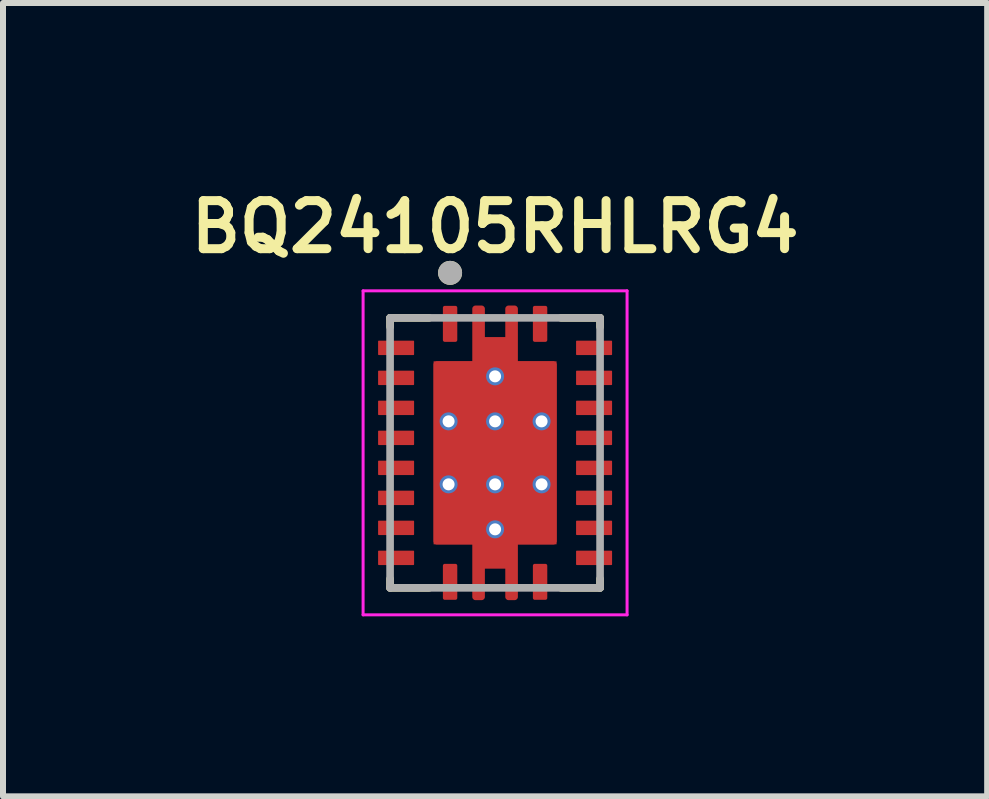
<source format=kicad_pcb>
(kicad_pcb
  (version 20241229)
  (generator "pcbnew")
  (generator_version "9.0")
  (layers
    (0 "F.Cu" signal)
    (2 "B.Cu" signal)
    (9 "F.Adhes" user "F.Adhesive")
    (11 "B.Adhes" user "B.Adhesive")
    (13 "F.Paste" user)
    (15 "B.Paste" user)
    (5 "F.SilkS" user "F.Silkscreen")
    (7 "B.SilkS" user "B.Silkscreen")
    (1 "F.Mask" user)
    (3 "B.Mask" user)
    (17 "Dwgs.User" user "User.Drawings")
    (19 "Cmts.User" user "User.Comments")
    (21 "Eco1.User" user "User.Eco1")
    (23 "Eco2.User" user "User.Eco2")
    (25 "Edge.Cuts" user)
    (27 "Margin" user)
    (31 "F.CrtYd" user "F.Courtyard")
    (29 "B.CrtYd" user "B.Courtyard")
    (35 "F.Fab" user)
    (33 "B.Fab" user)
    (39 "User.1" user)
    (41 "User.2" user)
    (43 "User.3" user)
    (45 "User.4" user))
  (footprint "BQ24105RHLRG4"
    (layer "F.Cu")
    (at 5.202 4.498)
    (property "Reference" "BQ24105RHLRG4" (at 0 -3.766 0) (layer "F.SilkS") (effects (font (size 0.801 0.801) (thickness 0.15))))
    (attr smd)
    (fp_poly (pts (xy -0.477 -1.627) (xy -0.477 -2.4) (xy -0.477 -2.408) (xy -0.476 -2.416) (xy -0.475 -2.424) (xy -0.474 -2.432) (xy -0.472 -2.439) (xy -0.47 -2.447) (xy -0.467 -2.454) (xy -0.464 -2.462) (xy -0.46 -2.469) (xy -0.457 -2.476) (xy -0.452 -2.483) (xy -0.448 -2.489) (xy -0.443 -2.496) (xy -0.438 -2.502) (xy -0.432 -2.507) (xy -0.427 -2.513) (xy -0.421 -2.518) (xy -0.414 -2.523) (xy -0.408 -2.527) (xy -0.401 -2.532) (xy -0.394 -2.535) (xy -0.387 -2.539) (xy -0.379 -2.542) (xy -0.372 -2.545) (xy -0.364 -2.547) (xy -0.357 -2.549) (xy -0.349 -2.55) (xy -0.341 -2.551) (xy -0.333 -2.552) (xy -0.325 -2.552) (xy -0.225 -2.552) (xy -0.217 -2.552) (xy -0.209 -2.551) (xy -0.201 -2.55) (xy -0.193 -2.549) (xy -0.186 -2.547) (xy -0.178 -2.545) (xy -0.171 -2.542) (xy -0.163 -2.539) (xy -0.156 -2.535) (xy -0.149 -2.532) (xy -0.142 -2.527) (xy -0.136 -2.523) (xy -0.129 -2.518) (xy -0.123 -2.513) (xy -0.118 -2.507) (xy -0.112 -2.502) (xy -0.107 -2.496) (xy -0.102 -2.489) (xy -0.098 -2.483) (xy -0.093 -2.476) (xy -0.09 -2.469) (xy -0.086 -2.462) (xy -0.083 -2.454) (xy -0.08 -2.447) (xy -0.078 -2.439) (xy -0.076 -2.432) (xy -0.075 -2.424) (xy -0.074 -2.416) (xy -0.073 -2.408) (xy -0.073 -2.4) (xy -0.073 -2.027) (xy 0.072 -2.027) (xy 0.073 -2.027) (xy 0.073 -2.402) (xy 0.073 -2.41) (xy 0.074 -2.418) (xy 0.075 -2.425) (xy 0.076 -2.433) (xy 0.078 -2.441) (xy 0.08 -2.448) (xy 0.083 -2.456) (xy 0.086 -2.463) (xy 0.089 -2.47) (xy 0.093 -2.477) (xy 0.097 -2.484) (xy 0.102 -2.49) (xy 0.106 -2.496) (xy 0.112 -2.502) (xy 0.117 -2.508) (xy 0.123 -2.513) (xy 0.129 -2.519) (xy 0.135 -2.523) (xy 0.141 -2.528) (xy 0.148 -2.532) (xy 0.155 -2.536) (xy 0.162 -2.539) (xy 0.169 -2.542) (xy 0.177 -2.545) (xy 0.184 -2.547) (xy 0.192 -2.549) (xy 0.2 -2.55) (xy 0.207 -2.551) (xy 0.215 -2.552) (xy 0.223 -2.552) (xy 0.326 -2.552) (xy 0.334 -2.552) (xy 0.342 -2.551) (xy 0.35 -2.55) (xy 0.357 -2.549) (xy 0.365 -2.547) (xy 0.373 -2.545) (xy 0.38 -2.542) (xy 0.387 -2.539) (xy 0.395 -2.536) (xy 0.401 -2.532) (xy 0.408 -2.528) (xy 0.415 -2.523) (xy 0.421 -2.518) (xy 0.427 -2.513) (xy 0.433 -2.508) (xy 0.438 -2.502) (xy 0.443 -2.496) (xy 0.448 -2.49) (xy 0.453 -2.483) (xy 0.457 -2.476) (xy 0.461 -2.47) (xy 0.464 -2.462) (xy 0.467 -2.455) (xy 0.47 -2.448) (xy 0.472 -2.44) (xy 0.474 -2.432) (xy 0.475 -2.425) (xy 0.476 -2.417) (xy 0.477 -2.409) (xy 0.477 -2.401) (xy 0.477 -1.627) (xy 0.975 -1.627) (xy 0.983 -1.627) (xy 0.991 -1.626) (xy 0.999 -1.625) (xy 1.007 -1.624) (xy 1.014 -1.622) (xy 1.022 -1.62) (xy 1.029 -1.617) (xy 1.037 -1.614) (xy 1.044 -1.61) (xy 1.051 -1.607) (xy 1.058 -1.602) (xy 1.064 -1.598) (xy 1.071 -1.593) (xy 1.077 -1.588) (xy 1.082 -1.582) (xy 1.088 -1.577) (xy 1.093 -1.571) (xy 1.098 -1.564) (xy 1.102 -1.558) (xy 1.107 -1.551) (xy 1.11 -1.544) (xy 1.114 -1.537) (xy 1.117 -1.529) (xy 1.12 -1.522) (xy 1.122 -1.514) (xy 1.124 -1.507) (xy 1.125 -1.499) (xy 1.126 -1.491) (xy 1.127 -1.483) (xy 1.127 -1.475) (xy 1.127 1.476) (xy 1.127 1.484) (xy 1.126 1.492) (xy 1.125 1.499) (xy 1.124 1.507) (xy 1.122 1.515) (xy 1.12 1.522) (xy 1.117 1.53) (xy 1.114 1.537) (xy 1.111 1.544) (xy 1.107 1.551) (xy 1.103 1.558) (xy 1.098 1.564) (xy 1.094 1.57) (xy 1.088 1.576) (xy 1.083 1.582) (xy 1.077 1.587) (xy 1.071 1.593) (xy 1.065 1.597) (xy 1.059 1.602) (xy 1.052 1.606) (xy 1.045 1.61) (xy 1.038 1.613) (xy 1.031 1.616) (xy 1.023 1.619) (xy 1.016 1.621) (xy 1.008 1.623) (xy 1 1.624) (xy 0.993 1.625) (xy 0.985 1.626) (xy 0.977 1.626) (xy 0.478 1.626) (xy 0.477 1.626) (xy 0.477 1.627) (xy 0.477 2.401) (xy 0.477 2.409) (xy 0.476 2.417) (xy 0.475 2.424) (xy 0.474 2.432) (xy 0.472 2.44) (xy 0.47 2.447) (xy 0.467 2.455) (xy 0.464 2.462) (xy 0.461 2.469) (xy 0.457 2.476) (xy 0.453 2.483) (xy 0.448 2.489) (xy 0.444 2.495) (xy 0.438 2.501) (xy 0.433 2.507) (xy 0.427 2.512) (xy 0.421 2.518) (xy 0.415 2.522) (xy 0.409 2.527) (xy 0.402 2.531) (xy 0.395 2.535) (xy 0.388 2.538) (xy 0.381 2.541) (xy 0.373 2.544) (xy 0.366 2.546) (xy 0.358 2.548) (xy 0.35 2.549) (xy 0.343 2.55) (xy 0.335 2.551) (xy 0.327 2.551) (xy 0.222 2.551) (xy 0.214 2.551) (xy 0.206 2.55) (xy 0.199 2.549) (xy 0.191 2.548) (xy 0.183 2.546) (xy 0.176 2.544) (xy 0.169 2.541) (xy 0.161 2.538) (xy 0.154 2.535) (xy 0.147 2.531) (xy 0.141 2.527) (xy 0.134 2.523) (xy 0.128 2.518) (xy 0.122 2.513) (xy 0.117 2.507) (xy 0.111 2.502) (xy 0.106 2.496) (xy 0.101 2.49) (xy 0.097 2.483) (xy 0.093 2.477) (xy 0.089 2.47) (xy 0.086 2.463) (xy 0.083 2.455) (xy 0.08 2.448) (xy 0.078 2.441) (xy 0.076 2.433) (xy 0.075 2.425) (xy 0.074 2.418) (xy 0.073 2.41) (xy 0.073 2.402) (xy 0.073 2.027) (xy -0.072 2.027) (xy -0.073 2.027) (xy -0.073 2.028) (xy -0.073 2.401) (xy -0.073 2.409) (xy -0.074 2.417) (xy -0.075 2.424) (xy -0.076 2.432) (xy -0.078 2.44) (xy -0.08 2.447) (xy -0.083 2.455) (xy -0.086 2.462) (xy -0.089 2.469) (xy -0.093 2.476) (xy -0.097 2.483) (xy -0.102 2.489) (xy -0.106 2.495) (xy -0.112 2.501) (xy -0.117 2.507) (xy -0.123 2.512) (xy -0.129 2.518) (xy -0.135 2.522) (xy -0.141 2.527) (xy -0.148 2.531) (xy -0.155 2.535) (xy -0.162 2.538) (xy -0.169 2.541) (xy -0.177 2.544) (xy -0.184 2.546) (xy -0.192 2.548) (xy -0.2 2.549) (xy -0.207 2.55) (xy -0.215 2.551) (xy -0.223 2.551) (xy -0.329 2.551) (xy -0.337 2.551) (xy -0.344 2.55) (xy -0.352 2.549) (xy -0.36 2.548) (xy -0.367 2.546) (xy -0.375 2.544) (xy -0.382 2.541) (xy -0.389 2.538) (xy -0.396 2.535) (xy -0.403 2.531) (xy -0.41 2.527) (xy -0.416 2.523) (xy -0.422 2.518) (xy -0.428 2.513) (xy -0.434 2.508) (xy -0.439 2.502) (xy -0.444 2.496) (xy -0.449 2.49) (xy -0.453 2.484) (xy -0.457 2.477) (xy -0.461 2.47) (xy -0.464 2.463) (xy -0.467 2.456) (xy -0.47 2.449) (xy -0.472 2.441) (xy -0.474 2.434) (xy -0.475 2.426) (xy -0.476 2.418) (xy -0.477 2.411) (xy -0.477 2.403) (xy -0.477 1.627) (xy -0.975 1.627) (xy -0.983 1.627) (xy -0.991 1.626) (xy -0.999 1.625) (xy -1.007 1.624) (xy -1.014 1.622) (xy -1.022 1.62) (xy -1.029 1.617) (xy -1.037 1.614) (xy -1.044 1.61) (xy -1.051 1.607) (xy -1.058 1.602) (xy -1.064 1.598) (xy -1.071 1.593) (xy -1.077 1.588) (xy -1.082 1.582) (xy -1.088 1.577) (xy -1.093 1.571) (xy -1.098 1.564) (xy -1.102 1.558) (xy -1.107 1.551) (xy -1.11 1.544) (xy -1.114 1.537) (xy -1.117 1.529) (xy -1.12 1.522) (xy -1.122 1.514) (xy -1.124 1.507) (xy -1.125 1.499) (xy -1.126 1.491) (xy -1.127 1.483) (xy -1.127 1.475) (xy -1.127 -1.474) (xy -1.127 -1.482) (xy -1.126 -1.49) (xy -1.125 -1.498) (xy -1.124 -1.506) (xy -1.122 -1.513) (xy -1.12 -1.521) (xy -1.117 -1.528) (xy -1.114 -1.536) (xy -1.11 -1.543) (xy -1.107 -1.55) (xy -1.102 -1.557) (xy -1.098 -1.563) (xy -1.093 -1.57) (xy -1.088 -1.576) (xy -1.082 -1.581) (xy -1.077 -1.587) (xy -1.071 -1.592) (xy -1.064 -1.597) (xy -1.058 -1.601) (xy -1.051 -1.606) (xy -1.044 -1.609) (xy -1.037 -1.613) (xy -1.029 -1.616) (xy -1.022 -1.619) (xy -1.014 -1.621) (xy -1.007 -1.623) (xy -0.999 -1.624) (xy -0.991 -1.625) (xy -0.983 -1.626) (xy -0.975 -1.626) (xy -0.478 -1.626) (xy -0.477 -1.626) (xy -0.477 -1.627)) (stroke (width 0.01) (type solid)) (fill yes) (layer "F.Mask"))
    (fp_line (start -1.75 -2.25) (end -1.1 -2.25) (stroke (width 0.127) (type solid)) (layer "F.SilkS"))
    (fp_line (start -1.75 -2.1) (end -1.75 -2.25) (stroke (width 0.127) (type solid)) (layer "F.SilkS"))
    (fp_line (start -1.75 2.1) (end -1.75 2.25) (stroke (width 0.127) (type solid)) (layer "F.SilkS"))
    (fp_line (start -1.75 2.25) (end -1.1 2.25) (stroke (width 0.127) (type solid)) (layer "F.SilkS"))
    (fp_line (start 1.1 -2.25) (end 1.75 -2.25) (stroke (width 0.127) (type solid)) (layer "F.SilkS"))
    (fp_line (start 1.1 2.25) (end 1.75 2.25) (stroke (width 0.127) (type solid)) (layer "F.SilkS"))
    (fp_line (start 1.75 -2.25) (end 1.75 -2.1) (stroke (width 0.127) (type solid)) (layer "F.SilkS"))
    (fp_line (start 1.75 2.25) (end 1.75 2.1) (stroke (width 0.127) (type solid)) (layer "F.SilkS"))
    (fp_circle (center -0.75 -3) (end -0.65 -3) (stroke (width 0.2) (type solid)) (fill no) (layer "F.SilkS"))
    (fp_poly (pts (xy -1.02 -0.625) (xy -0.1 -0.625) (xy -0.1 -1.475) (xy -1.02 -1.475)) (stroke (width 0.01) (type solid)) (fill yes) (layer "F.Paste"))
    (fp_poly (pts (xy -1.02 0.425) (xy -0.1 0.425) (xy -0.1 -0.425) (xy -1.02 -0.425)) (stroke (width 0.01) (type solid)) (fill yes) (layer "F.Paste"))
    (fp_poly (pts (xy -1.02 1.475) (xy -0.1 1.475) (xy -0.1 0.625) (xy -1.02 0.625)) (stroke (width 0.01) (type solid)) (fill yes) (layer "F.Paste"))
    (fp_poly (pts (xy 0.1 -0.625) (xy 1.02 -0.625) (xy 1.02 -1.475) (xy 0.1 -1.475)) (stroke (width 0.01) (type solid)) (fill yes) (layer "F.Paste"))
    (fp_poly (pts (xy 0.1 0.425) (xy 1.02 0.425) (xy 1.02 -0.425) (xy 0.1 -0.425)) (stroke (width 0.01) (type solid)) (fill yes) (layer "F.Paste"))
    (fp_poly (pts (xy 0.1 1.475) (xy 1.02 1.475) (xy 1.02 0.625) (xy 0.1 0.625)) (stroke (width 0.01) (type solid)) (fill yes) (layer "F.Paste"))
    (fp_poly (pts (xy -0.375 -1.675) (xy -0.375 -2.4) (xy -0.375 -2.403) (xy -0.375 -2.405) (xy -0.374 -2.408) (xy -0.374 -2.41) (xy -0.373 -2.413) (xy -0.373 -2.415) (xy -0.372 -2.418) (xy -0.371 -2.42) (xy -0.37 -2.423) (xy -0.368 -2.425) (xy -0.367 -2.427) (xy -0.365 -2.429) (xy -0.364 -2.431) (xy -0.362 -2.433) (xy -0.36 -2.435) (xy -0.358 -2.437) (xy -0.356 -2.439) (xy -0.354 -2.44) (xy -0.352 -2.442) (xy -0.35 -2.443) (xy -0.348 -2.445) (xy -0.345 -2.446) (xy -0.343 -2.447) (xy -0.34 -2.448) (xy -0.338 -2.448) (xy -0.335 -2.449) (xy -0.333 -2.449) (xy -0.33 -2.45) (xy -0.328 -2.45) (xy -0.325 -2.45) (xy -0.225 -2.45) (xy -0.222 -2.45) (xy -0.22 -2.45) (xy -0.217 -2.449) (xy -0.215 -2.449) (xy -0.212 -2.448) (xy -0.21 -2.448) (xy -0.207 -2.447) (xy -0.205 -2.446) (xy -0.202 -2.445) (xy -0.2 -2.443) (xy -0.198 -2.442) (xy -0.196 -2.44) (xy -0.194 -2.439) (xy -0.192 -2.437) (xy -0.19 -2.435) (xy -0.188 -2.433) (xy -0.186 -2.431) (xy -0.185 -2.429) (xy -0.183 -2.427) (xy -0.182 -2.425) (xy -0.18 -2.423) (xy -0.179 -2.42) (xy -0.178 -2.418) (xy -0.177 -2.415) (xy -0.177 -2.413) (xy -0.176 -2.41) (xy -0.176 -2.408) (xy -0.175 -2.405) (xy -0.175 -2.403) (xy -0.175 -2.4) (xy -0.175 -1.925) (xy 0.175 -1.925) (xy 0.175 -2.4) (xy 0.175 -2.403) (xy 0.175 -2.405) (xy 0.176 -2.408) (xy 0.176 -2.41) (xy 0.177 -2.413) (xy 0.177 -2.415) (xy 0.178 -2.418) (xy 0.179 -2.42) (xy 0.18 -2.423) (xy 0.182 -2.425) (xy 0.183 -2.427) (xy 0.185 -2.429) (xy 0.186 -2.431) (xy 0.188 -2.433) (xy 0.19 -2.435) (xy 0.192 -2.437) (xy 0.194 -2.439) (xy 0.196 -2.44) (xy 0.198 -2.442) (xy 0.2 -2.443) (xy 0.202 -2.445) (xy 0.205 -2.446) (xy 0.207 -2.447) (xy 0.21 -2.448) (xy 0.212 -2.448) (xy 0.215 -2.449) (xy 0.217 -2.449) (xy 0.22 -2.45) (xy 0.222 -2.45) (xy 0.225 -2.45) (xy 0.325 -2.45) (xy 0.328 -2.45) (xy 0.33 -2.45) (xy 0.333 -2.449) (xy 0.335 -2.449) (xy 0.338 -2.448) (xy 0.34 -2.448) (xy 0.343 -2.447) (xy 0.345 -2.446) (xy 0.348 -2.445) (xy 0.35 -2.443) (xy 0.352 -2.442) (xy 0.354 -2.44) (xy 0.356 -2.439) (xy 0.358 -2.437) (xy 0.36 -2.435) (xy 0.362 -2.433) (xy 0.364 -2.431) (xy 0.365 -2.429) (xy 0.367 -2.427) (xy 0.368 -2.425) (xy 0.37 -2.423) (xy 0.371 -2.42) (xy 0.372 -2.418) (xy 0.373 -2.415) (xy 0.373 -2.413) (xy 0.374 -2.41) (xy 0.374 -2.408) (xy 0.375 -2.405) (xy 0.375 -2.403) (xy 0.375 -2.4) (xy 0.375 -1.675) (xy -0.375 -1.675)) (stroke (width 0.01) (type solid)) (fill yes) (layer "F.Paste"))
    (fp_poly (pts (xy 0.375 1.675) (xy 0.375 2.4) (xy 0.375 2.403) (xy 0.375 2.405) (xy 0.374 2.408) (xy 0.374 2.41) (xy 0.373 2.413) (xy 0.373 2.415) (xy 0.372 2.418) (xy 0.371 2.42) (xy 0.37 2.423) (xy 0.368 2.425) (xy 0.367 2.427) (xy 0.365 2.429) (xy 0.364 2.431) (xy 0.362 2.433) (xy 0.36 2.435) (xy 0.358 2.437) (xy 0.356 2.439) (xy 0.354 2.44) (xy 0.352 2.442) (xy 0.35 2.443) (xy 0.348 2.445) (xy 0.345 2.446) (xy 0.343 2.447) (xy 0.34 2.448) (xy 0.338 2.448) (xy 0.335 2.449) (xy 0.333 2.449) (xy 0.33 2.45) (xy 0.328 2.45) (xy 0.325 2.45) (xy 0.225 2.45) (xy 0.222 2.45) (xy 0.22 2.45) (xy 0.217 2.449) (xy 0.215 2.449) (xy 0.212 2.448) (xy 0.21 2.448) (xy 0.207 2.447) (xy 0.205 2.446) (xy 0.202 2.445) (xy 0.2 2.443) (xy 0.198 2.442) (xy 0.196 2.44) (xy 0.194 2.439) (xy 0.192 2.437) (xy 0.19 2.435) (xy 0.188 2.433) (xy 0.186 2.431) (xy 0.185 2.429) (xy 0.183 2.427) (xy 0.182 2.425) (xy 0.18 2.423) (xy 0.179 2.42) (xy 0.178 2.418) (xy 0.177 2.415) (xy 0.177 2.413) (xy 0.176 2.41) (xy 0.176 2.408) (xy 0.175 2.405) (xy 0.175 2.403) (xy 0.175 2.4) (xy 0.175 1.925) (xy -0.175 1.925) (xy -0.175 2.4) (xy -0.175 2.403) (xy -0.175 2.405) (xy -0.176 2.408) (xy -0.176 2.41) (xy -0.177 2.413) (xy -0.177 2.415) (xy -0.178 2.418) (xy -0.179 2.42) (xy -0.18 2.423) (xy -0.182 2.425) (xy -0.183 2.427) (xy -0.185 2.429) (xy -0.186 2.431) (xy -0.188 2.433) (xy -0.19 2.435) (xy -0.192 2.437) (xy -0.194 2.439) (xy -0.196 2.44) (xy -0.198 2.442) (xy -0.2 2.443) (xy -0.202 2.445) (xy -0.205 2.446) (xy -0.207 2.447) (xy -0.21 2.448) (xy -0.212 2.448) (xy -0.215 2.449) (xy -0.217 2.449) (xy -0.22 2.45) (xy -0.222 2.45) (xy -0.225 2.45) (xy -0.325 2.45) (xy -0.328 2.45) (xy -0.33 2.45) (xy -0.333 2.449) (xy -0.335 2.449) (xy -0.338 2.448) (xy -0.34 2.448) (xy -0.343 2.447) (xy -0.345 2.446) (xy -0.348 2.445) (xy -0.35 2.443) (xy -0.352 2.442) (xy -0.354 2.44) (xy -0.356 2.439) (xy -0.358 2.437) (xy -0.36 2.435) (xy -0.362 2.433) (xy -0.364 2.431) (xy -0.365 2.429) (xy -0.367 2.427) (xy -0.368 2.425) (xy -0.37 2.423) (xy -0.371 2.42) (xy -0.372 2.418) (xy -0.373 2.415) (xy -0.373 2.413) (xy -0.374 2.41) (xy -0.374 2.408) (xy -0.375 2.405) (xy -0.375 2.403) (xy -0.375 2.4) (xy -0.375 1.675) (xy 0.375 1.675)) (stroke (width 0.01) (type solid)) (fill yes) (layer "F.Paste"))
    (fp_line (start -2.2 -2.7) (end -2.2 2.7) (stroke (width 0.05) (type solid)) (layer "F.CrtYd"))
    (fp_line (start -2.2 2.7) (end 2.2 2.7) (stroke (width 0.05) (type solid)) (layer "F.CrtYd"))
    (fp_line (start 2.2 -2.7) (end -2.2 -2.7) (stroke (width 0.05) (type solid)) (layer "F.CrtYd"))
    (fp_line (start 2.2 2.7) (end 2.2 -2.7) (stroke (width 0.05) (type solid)) (layer "F.CrtYd"))
    (fp_line (start -1.75 -2.25) (end 1.75 -2.25) (stroke (width 0.127) (type solid)) (layer "F.Fab"))
    (fp_line (start -1.75 2.25) (end -1.75 -2.25) (stroke (width 0.127) (type solid)) (layer "F.Fab"))
    (fp_line (start 1.75 -2.25) (end 1.75 2.25) (stroke (width 0.127) (type solid)) (layer "F.Fab"))
    (fp_line (start 1.75 2.25) (end -1.75 2.25) (stroke (width 0.127) (type solid)) (layer "F.Fab"))
    (fp_circle (center -0.75 -3) (end -0.65 -3) (stroke (width 0.2) (type solid)) (fill no) (layer "F.Fab"))
    (pad "1" smd roundrect (at -0.75 -2.15) (size 0.24 0.6) (layers "F.Cu" "F.Mask" "F.Paste") (roundrect_rratio 0.13))
    (pad "2" smd roundrect (at -1.65 -1.75) (size 0.6 0.24) (layers "F.Cu" "F.Mask" "F.Paste") (roundrect_rratio 0.05))
    (pad "3" smd roundrect (at -1.65 -1.25) (size 0.6 0.24) (layers "F.Cu" "F.Mask" "F.Paste") (roundrect_rratio 0.05))
    (pad "4" smd roundrect (at -1.65 -0.75) (size 0.6 0.24) (layers "F.Cu" "F.Mask" "F.Paste") (roundrect_rratio 0.05))
    (pad "5" smd roundrect (at -1.65 -0.25) (size 0.6 0.24) (layers "F.Cu" "F.Mask" "F.Paste") (roundrect_rratio 0.05))
    (pad "6" smd roundrect (at -1.65 0.25) (size 0.6 0.24) (layers "F.Cu" "F.Mask" "F.Paste") (roundrect_rratio 0.05))
    (pad "7" smd roundrect (at -1.65 0.75) (size 0.6 0.24) (layers "F.Cu" "F.Mask" "F.Paste") (roundrect_rratio 0.05))
    (pad "8" smd roundrect (at -1.65 1.25) (size 0.6 0.24) (layers "F.Cu" "F.Mask" "F.Paste") (roundrect_rratio 0.05))
    (pad "9" smd roundrect (at -1.65 1.75) (size 0.6 0.24) (layers "F.Cu" "F.Mask" "F.Paste") (roundrect_rratio 0.05))
    (pad "10" smd roundrect (at -0.75 2.15) (size 0.24 0.6) (layers "F.Cu" "F.Mask" "F.Paste") (roundrect_rratio 0.13))
    (pad "11" smd roundrect (at 0.75 2.15) (size 0.24 0.6) (layers "F.Cu" "F.Mask" "F.Paste") (roundrect_rratio 0.13))
    (pad "12" smd roundrect (at 1.65 1.75) (size 0.6 0.24) (layers "F.Cu" "F.Mask" "F.Paste") (roundrect_rratio 0.05))
    (pad "13" smd roundrect (at 1.65 1.25) (size 0.6 0.24) (layers "F.Cu" "F.Mask" "F.Paste") (roundrect_rratio 0.05))
    (pad "14" smd roundrect (at 1.65 0.75) (size 0.6 0.24) (layers "F.Cu" "F.Mask" "F.Paste") (roundrect_rratio 0.05))
    (pad "15" smd roundrect (at 1.65 0.25) (size 0.6 0.24) (layers "F.Cu" "F.Mask" "F.Paste") (roundrect_rratio 0.05))
    (pad "16" smd roundrect (at 1.65 -0.25) (size 0.6 0.24) (layers "F.Cu" "F.Mask" "F.Paste") (roundrect_rratio 0.05))
    (pad "17" smd roundrect (at 1.65 -0.75) (size 0.6 0.24) (layers "F.Cu" "F.Mask" "F.Paste") (roundrect_rratio 0.05))
    (pad "18" smd roundrect (at 1.65 -1.25) (size 0.6 0.24) (layers "F.Cu" "F.Mask" "F.Paste") (roundrect_rratio 0.05))
    (pad "19" smd roundrect (at 1.65 -1.75) (size 0.6 0.24) (layers "F.Cu" "F.Mask" "F.Paste") (roundrect_rratio 0.05))
    (pad "20" smd roundrect (at 0.75 -2.15) (size 0.24 0.6) (layers "F.Cu" "F.Mask" "F.Paste") (roundrect_rratio 0.13))
    (pad "21" thru_hole circle (at -0.775 -0.525) (size 0.3 0.3) (drill 0.2) (layers "*.Cu" "*.Mask"))
    (pad "21" thru_hole circle (at -0.775 0.525) (size 0.3 0.3) (drill 0.2) (layers "*.Cu" "*.Mask"))
    (pad "21" thru_hole circle (at 0 -1.275) (size 0.3 0.3) (drill 0.2) (layers "*.Cu" "*.Mask"))
    (pad "21" thru_hole circle (at 0 -0.525) (size 0.3 0.3) (drill 0.2) (layers "*.Cu" "*.Mask"))
    (pad "21" smd custom (at 0 0) (size 2.05 3.05) (layers "F.Cu" "F.Mask") (options (anchor rect)) (primitives (gr_poly (pts (xy -0.375 -1.525) (xy -0.375 -2.4) (xy -0.375 -2.403) (xy -0.375 -2.405) (xy -0.374 -2.408) (xy -0.374 -2.41) (xy -0.373 -2.413) (xy -0.373 -2.415) (xy -0.372 -2.418) (xy -0.371 -2.42) (xy -0.37 -2.423) (xy -0.368 -2.425) (xy -0.367 -2.427) (xy -0.365 -2.429) (xy -0.364 -2.431) (xy -0.362 -2.433) (xy -0.36 -2.435) (xy -0.358 -2.437) (xy -0.356 -2.439) (xy -0.354 -2.44) (xy -0.352 -2.442) (xy -0.35 -2.443) (xy -0.348 -2.445) (xy -0.345 -2.446) (xy -0.343 -2.447) (xy -0.34 -2.448) (xy -0.338 -2.448) (xy -0.335 -2.449) (xy -0.333 -2.449) (xy -0.33 -2.45) (xy -0.328 -2.45) (xy -0.325 -2.45) (xy -0.225 -2.45) (xy -0.222 -2.45) (xy -0.22 -2.45) (xy -0.217 -2.449) (xy -0.215 -2.449) (xy -0.212 -2.448) (xy -0.21 -2.448) (xy -0.207 -2.447) (xy -0.205 -2.446) (xy -0.202 -2.445) (xy -0.2 -2.443) (xy -0.198 -2.442) (xy -0.196 -2.44) (xy -0.194 -2.439) (xy -0.192 -2.437) (xy -0.19 -2.435) (xy -0.188 -2.433) (xy -0.186 -2.431) (xy -0.185 -2.429) (xy -0.183 -2.427) (xy -0.182 -2.425) (xy -0.18 -2.423) (xy -0.179 -2.42) (xy -0.178 -2.418) (xy -0.177 -2.415) (xy -0.177 -2.413) (xy -0.176 -2.41) (xy -0.176 -2.408) (xy -0.175 -2.405) (xy -0.175 -2.403) (xy -0.175 -2.4) (xy -0.175 -1.925) (xy 0.175 -1.925) (xy 0.175 -2.4) (xy 0.175 -2.403) (xy 0.175 -2.405) (xy 0.176 -2.408) (xy 0.176 -2.41) (xy 0.177 -2.413) (xy 0.177 -2.415) (xy 0.178 -2.418) (xy 0.179 -2.42) (xy 0.18 -2.423) (xy 0.182 -2.425) (xy 0.183 -2.427) (xy 0.185 -2.429) (xy 0.186 -2.431) (xy 0.188 -2.433) (xy 0.19 -2.435) (xy 0.192 -2.437) (xy 0.194 -2.439) (xy 0.196 -2.44) (xy 0.198 -2.442) (xy 0.2 -2.443) (xy 0.202 -2.445) (xy 0.205 -2.446) (xy 0.207 -2.447) (xy 0.21 -2.448) (xy 0.212 -2.448) (xy 0.215 -2.449) (xy 0.217 -2.449) (xy 0.22 -2.45) (xy 0.222 -2.45) (xy 0.225 -2.45) (xy 0.325 -2.45) (xy 0.328 -2.45) (xy 0.33 -2.45) (xy 0.333 -2.449) (xy 0.335 -2.449) (xy 0.338 -2.448) (xy 0.34 -2.448) (xy 0.343 -2.447) (xy 0.345 -2.446) (xy 0.348 -2.445) (xy 0.35 -2.443) (xy 0.352 -2.442) (xy 0.354 -2.44) (xy 0.356 -2.439) (xy 0.358 -2.437) (xy 0.36 -2.435) (xy 0.362 -2.433) (xy 0.364 -2.431) (xy 0.365 -2.429) (xy 0.367 -2.427) (xy 0.368 -2.425) (xy 0.37 -2.423) (xy 0.371 -2.42) (xy 0.372 -2.418) (xy 0.373 -2.415) (xy 0.373 -2.413) (xy 0.374 -2.41) (xy 0.374 -2.408) (xy 0.375 -2.405) (xy 0.375 -2.403) (xy 0.375 -2.4) (xy 0.375 -1.525) (xy 0.975 -1.525) (xy 0.978 -1.525) (xy 0.98 -1.525) (xy 0.983 -1.524) (xy 0.985 -1.524) (xy 0.988 -1.523) (xy 0.99 -1.523) (xy 0.993 -1.522) (xy 0.995 -1.521) (xy 0.998 -1.52) (xy 1 -1.518) (xy 1.002 -1.517) (xy 1.004 -1.515) (xy 1.006 -1.514) (xy 1.008 -1.512) (xy 1.01 -1.51) (xy 1.012 -1.508) (xy 1.014 -1.506) (xy 1.015 -1.504) (xy 1.017 -1.502) (xy 1.018 -1.5) (xy 1.02 -1.498) (xy 1.021 -1.495) (xy 1.022 -1.493) (xy 1.023 -1.49) (xy 1.023 -1.488) (xy 1.024 -1.485) (xy 1.024 -1.483) (xy 1.025 -1.48) (xy 1.025 -1.478) (xy 1.025 -1.475) (xy 1.025 1.475) (xy 1.025 1.478) (xy 1.025 1.48) (xy 1.024 1.483) (xy 1.024 1.485) (xy 1.023 1.488) (xy 1.023 1.49) (xy 1.022 1.493) (xy 1.021 1.495) (xy 1.02 1.498) (xy 1.018 1.5) (xy 1.017 1.502) (xy 1.015 1.504) (xy 1.014 1.506) (xy 1.012 1.508) (xy 1.01 1.51) (xy 1.008 1.512) (xy 1.006 1.514) (xy 1.004 1.515) (xy 1.002 1.517) (xy 1 1.518) (xy 0.998 1.52) (xy 0.995 1.521) (xy 0.993 1.522) (xy 0.99 1.523) (xy 0.988 1.523) (xy 0.985 1.524) (xy 0.983 1.524) (xy 0.98 1.525) (xy 0.978 1.525) (xy 0.975 1.525) (xy 0.375 1.525) (xy 0.375 2.4) (xy 0.375 2.403) (xy 0.375 2.405) (xy 0.374 2.408) (xy 0.374 2.41) (xy 0.373 2.413) (xy 0.373 2.415) (xy 0.372 2.418) (xy 0.371 2.42) (xy 0.37 2.423) (xy 0.368 2.425) (xy 0.367 2.427) (xy 0.365 2.429) (xy 0.364 2.431) (xy 0.362 2.433) (xy 0.36 2.435) (xy 0.358 2.437) (xy 0.356 2.439) (xy 0.354 2.44) (xy 0.352 2.442) (xy 0.35 2.443) (xy 0.348 2.445) (xy 0.345 2.446) (xy 0.343 2.447) (xy 0.34 2.448) (xy 0.338 2.448) (xy 0.335 2.449) (xy 0.333 2.449) (xy 0.33 2.45) (xy 0.328 2.45) (xy 0.325 2.45) (xy 0.225 2.45) (xy 0.222 2.45) (xy 0.22 2.45) (xy 0.217 2.449) (xy 0.215 2.449) (xy 0.212 2.448) (xy 0.21 2.448) (xy 0.207 2.447) (xy 0.205 2.446) (xy 0.202 2.445) (xy 0.2 2.443) (xy 0.198 2.442) (xy 0.196 2.44) (xy 0.194 2.439) (xy 0.192 2.437) (xy 0.19 2.435) (xy 0.188 2.433) (xy 0.186 2.431) (xy 0.185 2.429) (xy 0.183 2.427) (xy 0.182 2.425) (xy 0.18 2.423) (xy 0.179 2.42) (xy 0.178 2.418) (xy 0.177 2.415) (xy 0.177 2.413) (xy 0.176 2.41) (xy 0.176 2.408) (xy 0.175 2.405) (xy 0.175 2.403) (xy 0.175 2.4) (xy 0.175 1.925) (xy -0.175 1.925) (xy -0.175 2.4) (xy -0.175 2.403) (xy -0.175 2.405) (xy -0.176 2.408) (xy -0.176 2.41) (xy -0.177 2.413) (xy -0.177 2.415) (xy -0.178 2.418) (xy -0.179 2.42) (xy -0.18 2.423) (xy -0.182 2.425) (xy -0.183 2.427) (xy -0.185 2.429) (xy -0.186 2.431) (xy -0.188 2.433) (xy -0.19 2.435) (xy -0.192 2.437) (xy -0.194 2.439) (xy -0.196 2.44) (xy -0.198 2.442) (xy -0.2 2.443) (xy -0.202 2.445) (xy -0.205 2.446) (xy -0.207 2.447) (xy -0.21 2.448) (xy -0.212 2.448) (xy -0.215 2.449) (xy -0.217 2.449) (xy -0.22 2.45) (xy -0.222 2.45) (xy -0.225 2.45) (xy -0.325 2.45) (xy -0.328 2.45) (xy -0.33 2.45) (xy -0.333 2.449) (xy -0.335 2.449) (xy -0.338 2.448) (xy -0.34 2.448) (xy -0.343 2.447) (xy -0.345 2.446) (xy -0.348 2.445) (xy -0.35 2.443) (xy -0.352 2.442) (xy -0.354 2.44) (xy -0.356 2.439) (xy -0.358 2.437) (xy -0.36 2.435) (xy -0.362 2.433) (xy -0.364 2.431) (xy -0.365 2.429) (xy -0.367 2.427) (xy -0.368 2.425) (xy -0.37 2.423) (xy -0.371 2.42) (xy -0.372 2.418) (xy -0.373 2.415) (xy -0.373 2.413) (xy -0.374 2.41) (xy -0.374 2.408) (xy -0.375 2.405) (xy -0.375 2.403) (xy -0.375 2.4) (xy -0.375 1.525) (xy -0.975 1.525) (xy -0.978 1.525) (xy -0.98 1.525) (xy -0.983 1.524) (xy -0.985 1.524) (xy -0.988 1.523) (xy -0.99 1.523) (xy -0.993 1.522) (xy -0.995 1.521) (xy -0.998 1.52) (xy -1 1.518) (xy -1.002 1.517) (xy -1.004 1.515) (xy -1.006 1.514) (xy -1.008 1.512) (xy -1.01 1.51) (xy -1.012 1.508) (xy -1.014 1.506) (xy -1.015 1.504) (xy -1.017 1.502) (xy -1.018 1.5) (xy -1.02 1.498) (xy -1.021 1.495) (xy -1.022 1.493) (xy -1.023 1.49) (xy -1.023 1.488) (xy -1.024 1.485) (xy -1.024 1.483) (xy -1.025 1.48) (xy -1.025 1.478) (xy -1.025 1.475) (xy -1.025 -1.475) (xy -1.025 -1.478) (xy -1.025 -1.48) (xy -1.024 -1.483) (xy -1.024 -1.485) (xy -1.023 -1.488) (xy -1.023 -1.49) (xy -1.022 -1.493) (xy -1.021 -1.495) (xy -1.02 -1.498) (xy -1.018 -1.5) (xy -1.017 -1.502) (xy -1.015 -1.504) (xy -1.014 -1.506) (xy -1.012 -1.508) (xy -1.01 -1.51) (xy -1.008 -1.512) (xy -1.006 -1.514) (xy -1.004 -1.515) (xy -1.002 -1.517) (xy -1 -1.518) (xy -0.998 -1.52) (xy -0.995 -1.521) (xy -0.993 -1.522) (xy -0.99 -1.523) (xy -0.988 -1.523) (xy -0.985 -1.524) (xy -0.983 -1.524) (xy -0.98 -1.525) (xy -0.978 -1.525) (xy -0.975 -1.525) (xy -0.375 -1.525)) (width 0.01) (fill yes))))
    (pad "21" thru_hole circle (at 0 0.525) (size 0.3 0.3) (drill 0.2) (layers "*.Cu" "*.Mask"))
    (pad "21" thru_hole circle (at 0 1.275) (size 0.3 0.3) (drill 0.2) (layers "*.Cu" "*.Mask"))
    (pad "21" thru_hole circle (at 0.775 -0.525) (size 0.3 0.3) (drill 0.2) (layers "*.Cu" "*.Mask"))
    (pad "21" thru_hole circle (at 0.775 0.525) (size 0.3 0.3) (drill 0.2) (layers "*.Cu" "*.Mask")))
  (gr_rect
    (start -3 -3)
    (end 13.404 10.223)
    (stroke (width 0.1) (type default))
    (fill no)
    (layer "Edge.Cuts")))
</source>
